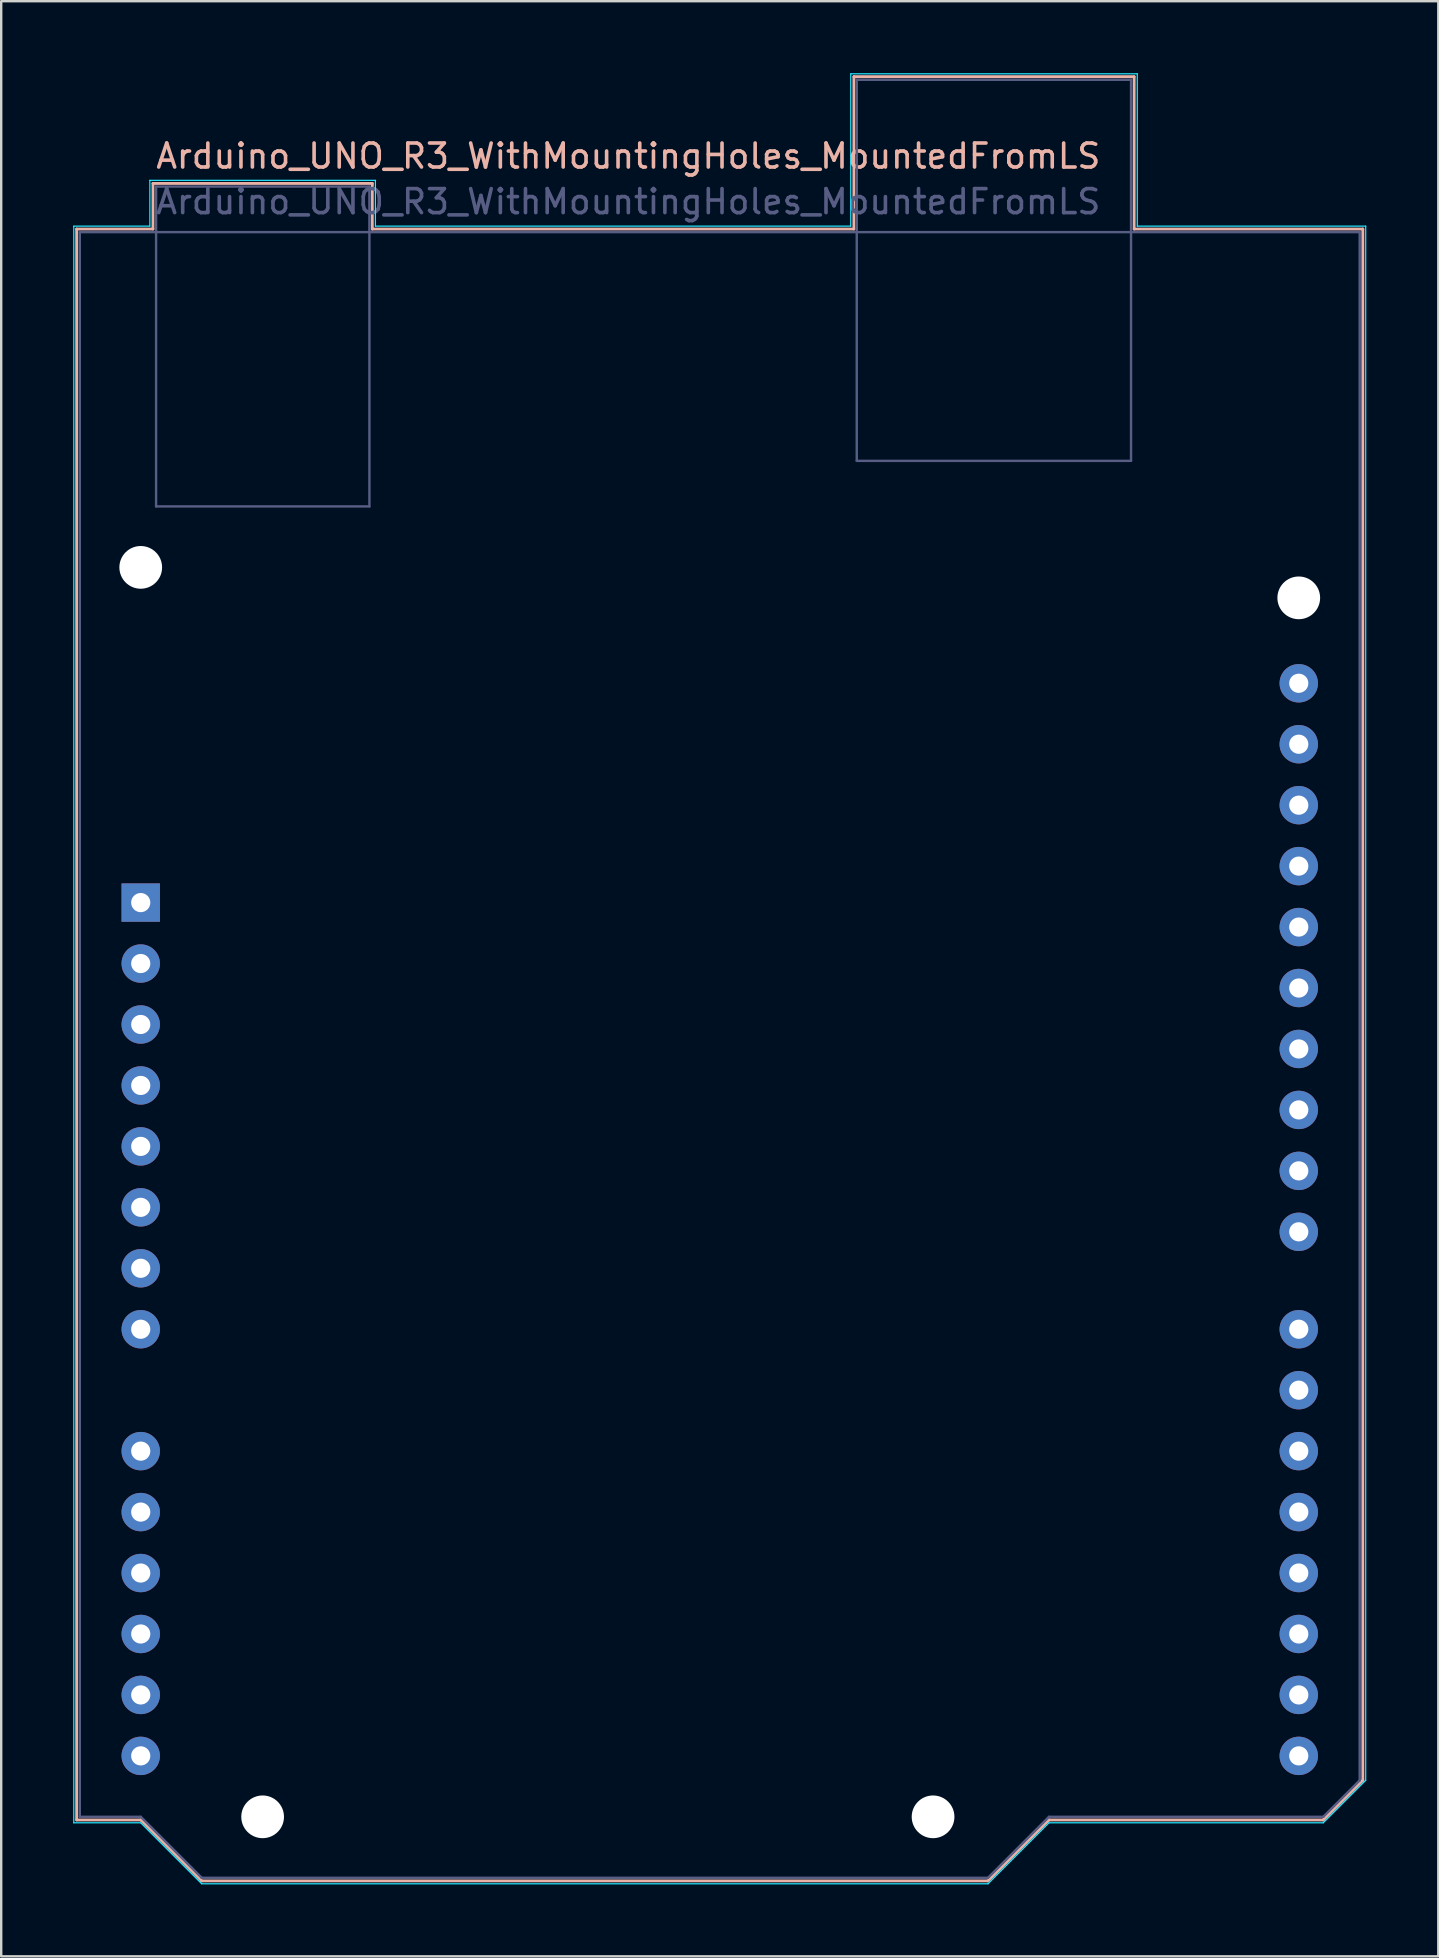
<source format=kicad_pcb>
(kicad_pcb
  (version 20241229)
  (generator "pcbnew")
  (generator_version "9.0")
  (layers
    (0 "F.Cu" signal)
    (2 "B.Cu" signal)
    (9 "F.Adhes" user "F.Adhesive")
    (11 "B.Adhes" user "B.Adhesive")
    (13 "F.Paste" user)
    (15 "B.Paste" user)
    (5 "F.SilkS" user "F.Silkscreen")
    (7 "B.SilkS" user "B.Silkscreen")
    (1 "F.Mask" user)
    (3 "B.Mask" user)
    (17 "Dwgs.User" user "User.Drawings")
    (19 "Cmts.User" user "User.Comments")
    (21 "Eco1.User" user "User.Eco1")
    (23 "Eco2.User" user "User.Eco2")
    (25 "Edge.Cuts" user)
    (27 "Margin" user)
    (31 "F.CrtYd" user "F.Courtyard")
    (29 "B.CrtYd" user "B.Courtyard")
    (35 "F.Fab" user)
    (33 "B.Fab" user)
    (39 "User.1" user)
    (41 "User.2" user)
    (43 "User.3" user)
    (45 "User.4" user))
  (footprint "Arduino_UNO_R3_WithMountingHoles_MountedFromLS"
    (layer "F.Cu")
    (at 2.815 34.565)
    (property "Reference" "Arduino_UNO_R3_WithMountingHoles_MountedFromLS" (at 20.32 -31.11 0) (layer "B.SilkS") (effects (font (size 1 1) (thickness 0.15))))
    (attr through_hole)
    (fp_line (start -2.67 -28.07) (end 0.51 -28.07) (stroke (width 0.12) (type solid)) (layer "B.SilkS"))
    (fp_line (start -2.67 38.23) (end -2.67 -28.07) (stroke (width 0.12) (type solid)) (layer "B.SilkS"))
    (fp_line (start 0 38.23) (end -2.67 38.23) (stroke (width 0.12) (type solid)) (layer "B.SilkS"))
    (fp_line (start 0.51 -29.97) (end 9.65 -29.97) (stroke (width 0.12) (type solid)) (layer "B.SilkS"))
    (fp_line (start 0.51 -28.07) (end 0.51 -29.97) (stroke (width 0.12) (type solid)) (layer "B.SilkS"))
    (fp_line (start 2.54 40.77) (end 0 38.23) (stroke (width 0.12) (type solid)) (layer "B.SilkS"))
    (fp_line (start 9.65 -29.97) (end 9.65 -28.07) (stroke (width 0.12) (type solid)) (layer "B.SilkS"))
    (fp_line (start 9.65 -28.07) (end 29.72 -28.07) (stroke (width 0.12) (type solid)) (layer "B.SilkS"))
    (fp_line (start 29.72 -34.42) (end 41.4 -34.42) (stroke (width 0.12) (type solid)) (layer "B.SilkS"))
    (fp_line (start 29.72 -28.07) (end 29.72 -34.42) (stroke (width 0.12) (type solid)) (layer "B.SilkS"))
    (fp_line (start 35.31 40.77) (end 2.54 40.77) (stroke (width 0.12) (type solid)) (layer "B.SilkS"))
    (fp_line (start 37.85 38.23) (end 35.31 40.77) (stroke (width 0.12) (type solid)) (layer "B.SilkS"))
    (fp_line (start 41.4 -34.42) (end 41.4 -28.07) (stroke (width 0.12) (type solid)) (layer "B.SilkS"))
    (fp_line (start 41.4 -28.07) (end 50.93 -28.07) (stroke (width 0.12) (type solid)) (layer "B.SilkS"))
    (fp_line (start 49.28 38.23) (end 37.85 38.23) (stroke (width 0.12) (type solid)) (layer "B.SilkS"))
    (fp_line (start 50.93 -28.07) (end 50.93 36.58) (stroke (width 0.12) (type solid)) (layer "B.SilkS"))
    (fp_line (start 50.93 36.58) (end 49.28 38.23) (stroke (width 0.12) (type solid)) (layer "B.SilkS"))
    (fp_line (start -2.79 -28.19) (end -2.79 38.35) (stroke (width 0.05) (type solid)) (layer "B.CrtYd"))
    (fp_line (start -2.79 38.35) (end 0 38.35) (stroke (width 0.05) (type solid)) (layer "B.CrtYd"))
    (fp_line (start 0 38.35) (end 2.54 40.89) (stroke (width 0.05) (type solid)) (layer "B.CrtYd"))
    (fp_line (start 0.38 -30.1) (end 0.38 -28.19) (stroke (width 0.05) (type solid)) (layer "B.CrtYd"))
    (fp_line (start 0.38 -28.19) (end -2.79 -28.19) (stroke (width 0.05) (type solid)) (layer "B.CrtYd"))
    (fp_line (start 2.54 40.89) (end 35.31 40.89) (stroke (width 0.05) (type solid)) (layer "B.CrtYd"))
    (fp_line (start 9.78 -30.1) (end 0.38 -30.1) (stroke (width 0.05) (type solid)) (layer "B.CrtYd"))
    (fp_line (start 9.78 -28.19) (end 9.78 -30.1) (stroke (width 0.05) (type solid)) (layer "B.CrtYd"))
    (fp_line (start 29.59 -34.54) (end 29.59 -28.19) (stroke (width 0.05) (type solid)) (layer "B.CrtYd"))
    (fp_line (start 29.59 -28.19) (end 9.78 -28.19) (stroke (width 0.05) (type solid)) (layer "B.CrtYd"))
    (fp_line (start 35.31 40.89) (end 37.85 38.35) (stroke (width 0.05) (type solid)) (layer "B.CrtYd"))
    (fp_line (start 37.85 38.35) (end 49.28 38.35) (stroke (width 0.05) (type solid)) (layer "B.CrtYd"))
    (fp_line (start 41.53 -34.54) (end 29.59 -34.54) (stroke (width 0.05) (type solid)) (layer "B.CrtYd"))
    (fp_line (start 41.53 -28.19) (end 41.53 -34.54) (stroke (width 0.05) (type solid)) (layer "B.CrtYd"))
    (fp_line (start 49.28 38.35) (end 51.05 36.58) (stroke (width 0.05) (type solid)) (layer "B.CrtYd"))
    (fp_line (start 51.05 -28.19) (end 41.53 -28.19) (stroke (width 0.05) (type solid)) (layer "B.CrtYd"))
    (fp_line (start 51.05 36.58) (end 51.05 -28.19) (stroke (width 0.05) (type solid)) (layer "B.CrtYd"))
    (fp_line (start -2.54 -27.94) (end -2.54 38.1) (stroke (width 0.1) (type solid)) (layer "B.Fab"))
    (fp_line (start -2.54 38.1) (end 0 38.1) (stroke (width 0.1) (type solid)) (layer "B.Fab"))
    (fp_line (start 0 38.1) (end 2.54 40.64) (stroke (width 0.1) (type solid)) (layer "B.Fab"))
    (fp_line (start 0.64 -29.84) (end 0.64 -16.51) (stroke (width 0.1) (type solid)) (layer "B.Fab"))
    (fp_line (start 0.64 -16.51) (end 9.53 -16.51) (stroke (width 0.1) (type solid)) (layer "B.Fab"))
    (fp_line (start 2.54 40.64) (end 35.31 40.64) (stroke (width 0.1) (type solid)) (layer "B.Fab"))
    (fp_line (start 9.53 -29.84) (end 0.64 -29.84) (stroke (width 0.1) (type solid)) (layer "B.Fab"))
    (fp_line (start 9.53 -16.51) (end 9.53 -29.84) (stroke (width 0.1) (type solid)) (layer "B.Fab"))
    (fp_line (start 29.84 -34.29) (end 29.84 -18.41) (stroke (width 0.1) (type solid)) (layer "B.Fab"))
    (fp_line (start 29.84 -18.41) (end 41.27 -18.41) (stroke (width 0.1) (type solid)) (layer "B.Fab"))
    (fp_line (start 35.31 40.64) (end 37.85 38.1) (stroke (width 0.1) (type solid)) (layer "B.Fab"))
    (fp_line (start 37.85 38.1) (end 49.28 38.1) (stroke (width 0.1) (type solid)) (layer "B.Fab"))
    (fp_line (start 41.27 -34.29) (end 29.84 -34.29) (stroke (width 0.1) (type solid)) (layer "B.Fab"))
    (fp_line (start 41.27 -18.41) (end 41.27 -34.29) (stroke (width 0.1) (type solid)) (layer "B.Fab"))
    (fp_line (start 49.28 38.1) (end 50.8 36.58) (stroke (width 0.1) (type solid)) (layer "B.Fab"))
    (fp_line (start 50.8 -27.94) (end -2.54 -27.94) (stroke (width 0.1) (type solid)) (layer "B.Fab"))
    (fp_line (start 50.8 36.58) (end 50.8 -27.94) (stroke (width 0.1) (type solid)) (layer "B.Fab"))
    (fp_text user "${REFERENCE}" (at 20.32 -29.21 0) (layer "B.Fab") (effects (font (size 1 1) (thickness 0.15))))
    (pad "" np_thru_hole circle (at 0 -13.97) (size 1.78 1.78) (drill 1.78) (layers "*.Cu" "*.Mask"))
    (pad "" np_thru_hole circle (at 5.08 38.1) (size 1.78 1.78) (drill 1.78) (layers "*.Cu" "*.Mask"))
    (pad "" np_thru_hole circle (at 33.02 38.1) (size 1.78 1.78) (drill 1.78) (layers "*.Cu" "*.Mask"))
    (pad "" np_thru_hole circle (at 48.26 -12.7) (size 1.78 1.78) (drill 1.78) (layers "*.Cu" "*.Mask"))
    (pad "1" thru_hole rect (at 0 0) (size 1.6 1.6) (drill 0.8) (layers "*.Cu" "*.Mask"))
    (pad "2" thru_hole oval (at 0 2.54) (size 1.6 1.6) (drill 0.8) (layers "*.Cu" "*.Mask"))
    (pad "3" thru_hole oval (at 0 5.08) (size 1.6 1.6) (drill 0.8) (layers "*.Cu" "*.Mask"))
    (pad "4" thru_hole oval (at 0 7.62) (size 1.6 1.6) (drill 0.8) (layers "*.Cu" "*.Mask"))
    (pad "5" thru_hole oval (at 0 10.16) (size 1.6 1.6) (drill 0.8) (layers "*.Cu" "*.Mask"))
    (pad "6" thru_hole oval (at 0 12.7) (size 1.6 1.6) (drill 0.8) (layers "*.Cu" "*.Mask"))
    (pad "7" thru_hole oval (at 0 15.24) (size 1.6 1.6) (drill 0.8) (layers "*.Cu" "*.Mask"))
    (pad "8" thru_hole oval (at 0 17.78) (size 1.6 1.6) (drill 0.8) (layers "*.Cu" "*.Mask"))
    (pad "9" thru_hole oval (at 0 22.86) (size 1.6 1.6) (drill 0.8) (layers "*.Cu" "*.Mask"))
    (pad "10" thru_hole oval (at 0 25.4) (size 1.6 1.6) (drill 0.8) (layers "*.Cu" "*.Mask"))
    (pad "11" thru_hole oval (at 0 27.94) (size 1.6 1.6) (drill 0.8) (layers "*.Cu" "*.Mask"))
    (pad "12" thru_hole oval (at 0 30.48) (size 1.6 1.6) (drill 0.8) (layers "*.Cu" "*.Mask"))
    (pad "13" thru_hole oval (at 0 33.02) (size 1.6 1.6) (drill 0.8) (layers "*.Cu" "*.Mask"))
    (pad "14" thru_hole oval (at 0 35.56) (size 1.6 1.6) (drill 0.8) (layers "*.Cu" "*.Mask"))
    (pad "15" thru_hole oval (at 48.26 35.56) (size 1.6 1.6) (drill 0.8) (layers "*.Cu" "*.Mask"))
    (pad "16" thru_hole oval (at 48.26 33.02) (size 1.6 1.6) (drill 0.8) (layers "*.Cu" "*.Mask"))
    (pad "17" thru_hole oval (at 48.26 30.48) (size 1.6 1.6) (drill 0.8) (layers "*.Cu" "*.Mask"))
    (pad "18" thru_hole oval (at 48.26 27.94) (size 1.6 1.6) (drill 0.8) (layers "*.Cu" "*.Mask"))
    (pad "19" thru_hole oval (at 48.26 25.4) (size 1.6 1.6) (drill 0.8) (layers "*.Cu" "*.Mask"))
    (pad "20" thru_hole oval (at 48.26 22.86) (size 1.6 1.6) (drill 0.8) (layers "*.Cu" "*.Mask"))
    (pad "21" thru_hole oval (at 48.26 20.32) (size 1.6 1.6) (drill 0.8) (layers "*.Cu" "*.Mask"))
    (pad "22" thru_hole oval (at 48.26 17.78) (size 1.6 1.6) (drill 0.8) (layers "*.Cu" "*.Mask"))
    (pad "23" thru_hole oval (at 48.26 13.72) (size 1.6 1.6) (drill 0.8) (layers "*.Cu" "*.Mask"))
    (pad "24" thru_hole oval (at 48.26 11.18) (size 1.6 1.6) (drill 0.8) (layers "*.Cu" "*.Mask"))
    (pad "25" thru_hole oval (at 48.26 8.64) (size 1.6 1.6) (drill 0.8) (layers "*.Cu" "*.Mask"))
    (pad "26" thru_hole oval (at 48.26 6.1) (size 1.6 1.6) (drill 0.8) (layers "*.Cu" "*.Mask"))
    (pad "27" thru_hole oval (at 48.26 3.56) (size 1.6 1.6) (drill 0.8) (layers "*.Cu" "*.Mask"))
    (pad "28" thru_hole oval (at 48.26 1.02) (size 1.6 1.6) (drill 0.8) (layers "*.Cu" "*.Mask"))
    (pad "29" thru_hole oval (at 48.26 -6.6) (size 1.6 1.6) (drill 0.8) (layers "*.Cu" "*.Mask"))
    (pad "29" thru_hole oval (at 48.26 -1.52) (size 1.6 1.6) (drill 0.8) (layers "*.Cu" "*.Mask"))
    (pad "30" thru_hole oval (at 48.26 -9.14) (size 1.6 1.6) (drill 0.8) (layers "*.Cu" "*.Mask"))
    (pad "30" thru_hole oval (at 48.26 -4.06) (size 1.6 1.6) (drill 0.8) (layers "*.Cu" "*.Mask")))
  (gr_rect
    (start -3 -3)
    (end 56.89 78.48)
    (stroke (width 0.1) (type default))
    (fill no)
    (layer "Edge.Cuts")))
</source>
